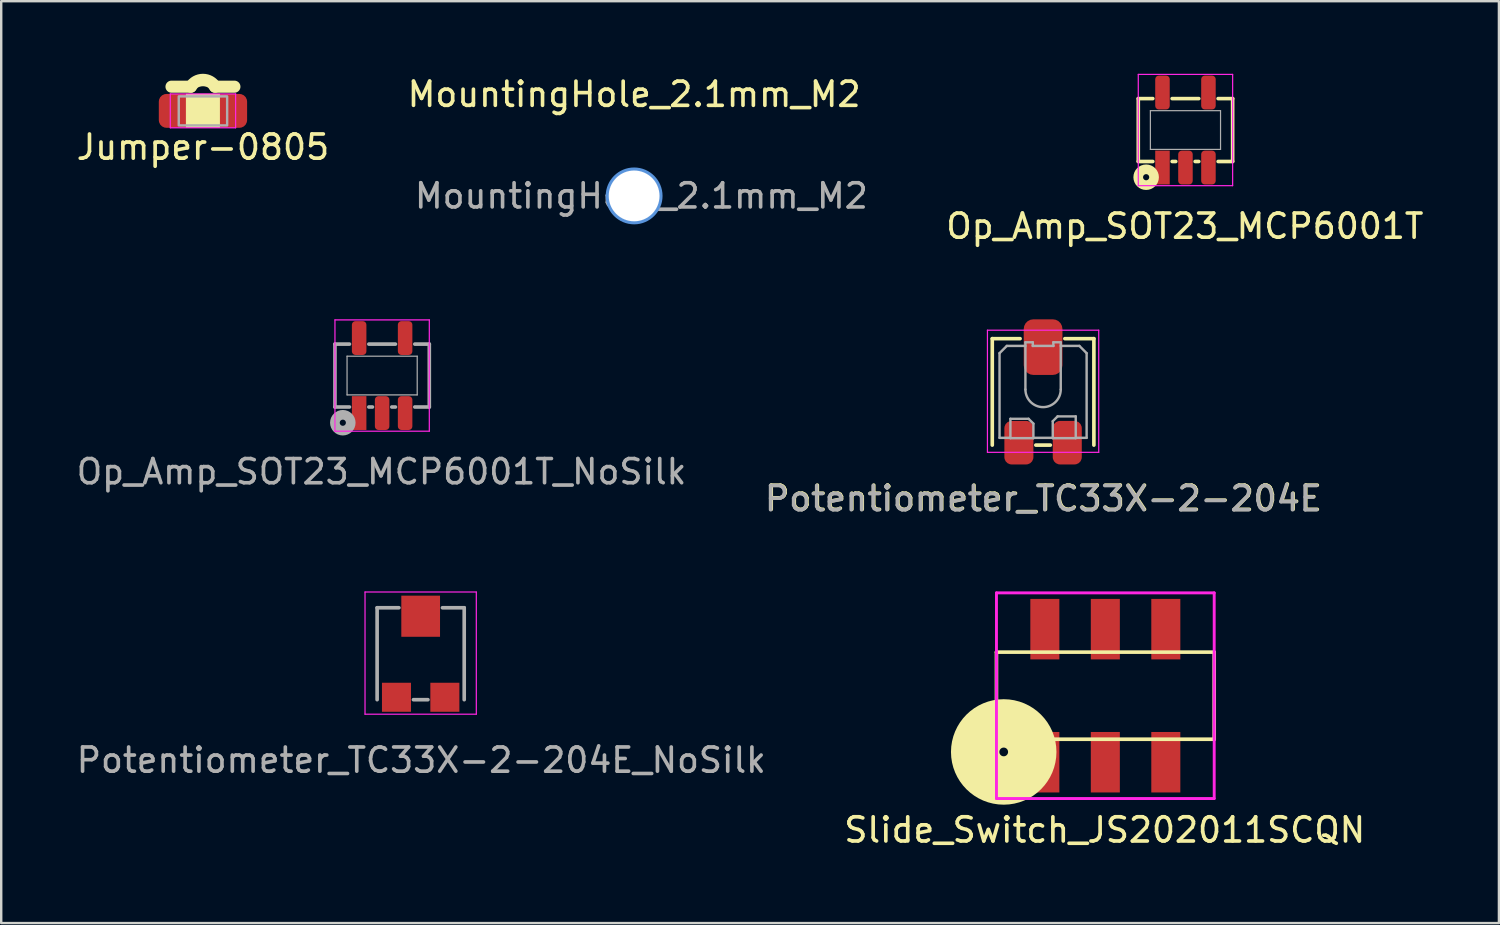
<source format=kicad_pcb>
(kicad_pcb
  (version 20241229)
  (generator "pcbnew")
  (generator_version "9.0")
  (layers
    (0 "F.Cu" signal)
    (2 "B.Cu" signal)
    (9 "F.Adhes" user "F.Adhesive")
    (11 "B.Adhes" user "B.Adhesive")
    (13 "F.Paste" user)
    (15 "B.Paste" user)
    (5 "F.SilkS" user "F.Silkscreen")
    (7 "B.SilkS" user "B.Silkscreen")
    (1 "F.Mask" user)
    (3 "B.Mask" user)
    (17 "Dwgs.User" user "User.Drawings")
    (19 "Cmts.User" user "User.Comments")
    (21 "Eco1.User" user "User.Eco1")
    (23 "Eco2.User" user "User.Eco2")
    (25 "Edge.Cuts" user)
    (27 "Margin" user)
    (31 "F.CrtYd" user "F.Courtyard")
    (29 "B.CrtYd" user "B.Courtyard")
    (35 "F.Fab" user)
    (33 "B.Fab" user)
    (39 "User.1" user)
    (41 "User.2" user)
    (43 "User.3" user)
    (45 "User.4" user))
  (footprint "MountingHole_2.1mm_M2"
    (layer "F.Cu")
    (at 23.161 5.048)
    (property "Reference" "MountingHole_2.1mm_M2" (at 0 -4.2 0) (layer "F.SilkS") (effects (font (size 1 1) (thickness 0.15))))
    (attr exclude_from_pos_files exclude_from_bom)
    (fp_circle (center 0 0) (end 1.1 0) (stroke (width 0.15) (type solid)) (fill no) (layer "Cmts.User"))
    (fp_circle (center 0 0) (end 1.1 0) (stroke (width 0.05) (type solid)) (fill no) (layer "F.CrtYd"))
    (fp_text user "${REFERENCE}" (at 0.3 0 0) (layer "F.Fab") (effects (font (size 1 1) (thickness 0.15))))
    (pad "" np_thru_hole circle (at 0 0) (size 2.1 2.1) (drill 2.1) (layers "*.Cu" "*.Mask")))
  (footprint "Op_Amp_SOT23_MCP6001T"
    (layer "F.Cu")
    (at 45.95 2.325)
    (property "Reference" "Op_Amp_SOT23_MCP6001T" (at -0.025 3.975 0) (layer "F.SilkS") (effects (font (size 1 1) (thickness 0.15))))
    (attr through_hole)
    (fp_line (start -1.95 -1.3) (end -1.35 -1.3) (stroke (width 0.15) (type solid)) (layer "F.SilkS"))
    (fp_line (start -1.95 1.3) (end -1.95 -1.3) (stroke (width 0.15) (type solid)) (layer "F.SilkS"))
    (fp_line (start -1.35 1.3) (end -1.95 1.3) (stroke (width 0.15) (type solid)) (layer "F.SilkS"))
    (fp_line (start -0.55 -1.3) (end 0.55 -1.3) (stroke (width 0.15) (type solid)) (layer "F.SilkS"))
    (fp_line (start -0.4 1.3) (end -0.55 1.3) (stroke (width 0.15) (type solid)) (layer "F.SilkS"))
    (fp_line (start 0.55 1.3) (end 0.4 1.3) (stroke (width 0.15) (type solid)) (layer "F.SilkS"))
    (fp_line (start 1.35 -1.3) (end 1.95 -1.3) (stroke (width 0.15) (type solid)) (layer "F.SilkS"))
    (fp_line (start 1.95 -1.3) (end 1.95 1.3) (stroke (width 0.15) (type solid)) (layer "F.SilkS"))
    (fp_line (start 1.95 1.3) (end 1.35 1.3) (stroke (width 0.15) (type solid)) (layer "F.SilkS"))
    (fp_circle (center -1.625 1.95) (end -1.498 1.95) (stroke (width 0.4) (type solid)) (fill no) (layer "F.SilkS"))
    (fp_line (start -1.95 -2.3) (end 1.95 -2.3) (stroke (width 0.05) (type solid)) (layer "F.CrtYd"))
    (fp_line (start -1.95 2.3) (end -1.95 -2.3) (stroke (width 0.05) (type solid)) (layer "F.CrtYd"))
    (fp_line (start 1.95 -2.3) (end 1.95 2.3) (stroke (width 0.05) (type solid)) (layer "F.CrtYd"))
    (fp_line (start 1.95 2.3) (end -1.95 2.3) (stroke (width 0.05) (type solid)) (layer "F.CrtYd"))
    (fp_line (start -1.45 0.8) (end -1.45 -0.8) (stroke (width 0.05) (type solid)) (layer "F.Fab"))
    (fp_line (start -1.45 0.8) (end 1.45 0.8) (stroke (width 0.05) (type solid)) (layer "F.Fab"))
    (fp_line (start 1.45 -0.8) (end -1.45 -0.8) (stroke (width 0.05) (type solid)) (layer "F.Fab"))
    (fp_line (start 1.45 0.8) (end 1.45 -0.8) (stroke (width 0.05) (type solid)) (layer "F.Fab"))
    (fp_text user "Vss" (at 0 0.525 90) (layer "Eco1.User") (effects (font (size 0.15 0.15) (thickness 0.037))))
    (fp_text user "Vout" (at -0.925 0.475 90) (layer "Eco1.User") (effects (font (size 0.15 0.15) (thickness 0.037))))
    (fp_text user "Vin-" (at 0.95 -0.475 90) (layer "Eco1.User") (effects (font (size 0.15 0.15) (thickness 0.037))))
    (fp_text user "Vin+" (at 0.95 0.45 90) (layer "Eco1.User") (effects (font (size 0.15 0.15) (thickness 0.037))))
    (fp_text user "Vdd" (at -0.925 -0.525 90) (layer "Eco1.User") (effects (font (size 0.15 0.15) (thickness 0.037))))
    (pad "1" smd rect (at -0.95 1.55) (size 0.6 1.4) (layers "F.Cu" "F.Mask" "F.Paste"))
    (pad "2" smd roundrect (at 0 1.55) (size 0.6 1.4) (layers "F.Cu" "F.Mask" "F.Paste") (roundrect_rratio 0.25))
    (pad "3" smd roundrect (at 0.95 1.55) (size 0.6 1.4) (layers "F.Cu" "F.Mask" "F.Paste") (roundrect_rratio 0.25))
    (pad "4" smd roundrect (at 0.95 -1.55) (size 0.6 1.4) (layers "F.Cu" "F.Mask" "F.Paste") (roundrect_rratio 0.25))
    (pad "5" smd roundrect (at -0.95 -1.55) (size 0.6 1.4) (layers "F.Cu" "F.Mask" "F.Paste") (roundrect_rratio 0.25)))
  (footprint "Op_Amp_SOT23_MCP6001T_NoSilk"
    (layer "F.Cu")
    (at 12.745 12.473)
    (property "Reference" "Op_Amp_SOT23_MCP6001T_NoSilk" (at -0.025 3.975 0) (layer "F.Fab") (effects (font (size 1 1) (thickness 0.15))))
    (attr smd)
    (fp_line (start -1.1 0) (end -1.1 0.8) (stroke (width 0.05) (type solid)) (layer "Eco1.User"))
    (fp_line (start -0.8 -0.6) (end -0.8 -0.8) (stroke (width 0.05) (type solid)) (layer "Eco1.User"))
    (fp_line (start -0.5 0) (end -1.1 0) (stroke (width 0.05) (type solid)) (layer "Eco1.User"))
    (fp_line (start -0.5 0) (end 0.4 -0.4) (stroke (width 0.05) (type solid)) (layer "Eco1.User"))
    (fp_line (start -0.2 0.3) (end -0.2 0.8) (stroke (width 0.05) (type solid)) (layer "Eco1.User"))
    (fp_line (start 0 -0.6) (end -0.8 -0.6) (stroke (width 0.05) (type solid)) (layer "Eco1.User"))
    (fp_line (start 0 -0.2) (end 0 -0.6) (stroke (width 0.05) (type solid)) (layer "Eco1.User"))
    (fp_line (start 0 0.2) (end 0 0.3) (stroke (width 0.05) (type solid)) (layer "Eco1.User"))
    (fp_line (start 0 0.3) (end -0.2 0.3) (stroke (width 0.05) (type solid)) (layer "Eco1.User"))
    (fp_line (start 0.2 -0.1) (end 0.3 -0.1) (stroke (width 0.05) (type solid)) (layer "Eco1.User"))
    (fp_line (start 0.25 0.1) (end 0.25 0.2) (stroke (width 0.05) (type solid)) (layer "Eco1.User"))
    (fp_line (start 0.3 0.15) (end 0.2 0.15) (stroke (width 0.05) (type solid)) (layer "Eco1.User"))
    (fp_line (start 0.4 -0.4) (end 0.4 0.4) (stroke (width 0.05) (type solid)) (layer "Eco1.User"))
    (fp_line (start 0.4 -0.1) (end 0.8 -0.1) (stroke (width 0.05) (type solid)) (layer "Eco1.User"))
    (fp_line (start 0.4 0.15) (end 0.8 0.15) (stroke (width 0.05) (type solid)) (layer "Eco1.User"))
    (fp_line (start 0.4 0.4) (end -0.5 0) (stroke (width 0.05) (type solid)) (layer "Eco1.User"))
    (fp_line (start 0.8 -0.1) (end 0.8 -0.8) (stroke (width 0.05) (type solid)) (layer "Eco1.User"))
    (fp_line (start 0.8 0.15) (end 0.8 0.8) (stroke (width 0.05) (type solid)) (layer "Eco1.User"))
    (fp_line (start -1.95 -2.3) (end 1.95 -2.3) (stroke (width 0.05) (type solid)) (layer "F.CrtYd"))
    (fp_line (start -1.95 2.3) (end -1.95 -2.3) (stroke (width 0.05) (type solid)) (layer "F.CrtYd"))
    (fp_line (start 1.95 -2.3) (end 1.95 2.3) (stroke (width 0.05) (type solid)) (layer "F.CrtYd"))
    (fp_line (start 1.95 2.3) (end -1.95 2.3) (stroke (width 0.05) (type solid)) (layer "F.CrtYd"))
    (fp_line (start -1.95 -1.3) (end -1.35 -1.3) (stroke (width 0.15) (type solid)) (layer "F.Fab"))
    (fp_line (start -1.95 1.3) (end -1.95 -1.3) (stroke (width 0.15) (type solid)) (layer "F.Fab"))
    (fp_line (start -1.45 0.8) (end -1.45 -0.8) (stroke (width 0.05) (type solid)) (layer "F.Fab"))
    (fp_line (start -1.45 0.8) (end 1.45 0.8) (stroke (width 0.05) (type solid)) (layer "F.Fab"))
    (fp_line (start -1.35 1.3) (end -1.95 1.3) (stroke (width 0.15) (type solid)) (layer "F.Fab"))
    (fp_line (start -0.55 -1.3) (end 0.55 -1.3) (stroke (width 0.15) (type solid)) (layer "F.Fab"))
    (fp_line (start -0.4 1.3) (end -0.55 1.3) (stroke (width 0.15) (type solid)) (layer "F.Fab"))
    (fp_line (start 0.55 1.3) (end 0.4 1.3) (stroke (width 0.15) (type solid)) (layer "F.Fab"))
    (fp_line (start 1.35 -1.3) (end 1.95 -1.3) (stroke (width 0.15) (type solid)) (layer "F.Fab"))
    (fp_line (start 1.45 -0.8) (end -1.45 -0.8) (stroke (width 0.05) (type solid)) (layer "F.Fab"))
    (fp_line (start 1.45 0.8) (end 1.45 -0.8) (stroke (width 0.05) (type solid)) (layer "F.Fab"))
    (fp_line (start 1.95 -1.3) (end 1.95 1.3) (stroke (width 0.15) (type solid)) (layer "F.Fab"))
    (fp_line (start 1.95 1.3) (end 1.35 1.3) (stroke (width 0.15) (type solid)) (layer "F.Fab"))
    (fp_circle (center -1.625 1.95) (end -1.498 1.95) (stroke (width 0.4) (type solid)) (fill no) (layer "F.Fab"))
    (fp_text user "Vin+" (at 0.95 0.45 90) (layer "Eco1.User") (effects (font (size 0.15 0.15) (thickness 0.037))))
    (fp_text user "Vdd" (at -0.925 -0.525 90) (layer "Eco1.User") (effects (font (size 0.15 0.15) (thickness 0.037))))
    (fp_text user "Vss" (at 0 0.525 90) (layer "Eco1.User") (effects (font (size 0.15 0.15) (thickness 0.037))))
    (fp_text user "Vout" (at -0.925 0.475 90) (layer "Eco1.User") (effects (font (size 0.15 0.15) (thickness 0.037))))
    (fp_text user "Vin-" (at 0.95 -0.475 90) (layer "Eco1.User") (effects (font (size 0.15 0.15) (thickness 0.037))))
    (pad "1" smd rect (at -0.95 1.55) (size 0.6 1.4) (layers "F.Cu" "F.Mask" "F.Paste"))
    (pad "2" smd roundrect (at 0 1.55) (size 0.6 1.4) (layers "F.Cu" "F.Mask" "F.Paste") (roundrect_rratio 0.25))
    (pad "3" smd roundrect (at 0.95 1.55) (size 0.6 1.4) (layers "F.Cu" "F.Mask" "F.Paste") (roundrect_rratio 0.25))
    (pad "4" smd roundrect (at 0.95 -1.55) (size 0.6 1.4) (layers "F.Cu" "F.Mask" "F.Paste") (roundrect_rratio 0.25))
    (pad "5" smd roundrect (at -0.95 -1.55) (size 0.6 1.4) (layers "F.Cu" "F.Mask" "F.Paste") (roundrect_rratio 0.25)))
  (footprint "Jumper-0805"
    (layer "F.Cu")
    (at 5.339 1.533)
    (property "Reference" "Jumper-0805" (at 0 1.5 0) (layer "F.SilkS") (effects (font (size 1 1) (thickness 0.15))))
    (attr smd)
    (fp_line (start -1.3 -1) (end -0.5 -1) (stroke (width 0.5) (type solid)) (layer "F.SilkS"))
    (fp_line (start 0.5 -1) (end 1.3 -1) (stroke (width 0.5) (type solid)) (layer "F.SilkS"))
    (fp_arc (start -0.500143 -0.999759) (mid -0.00014 -1.283094) (end 0.499999 -0.999999) (stroke (width 0.5) (type solid)) (layer "F.SilkS"))
    (fp_arc (start -0.5 -0.999999) (mid 0 -1.118033) (end 0.499999 -0.999999) (stroke (width 0.2) (type solid)) (layer "F.SilkS"))
    (fp_poly (pts (xy -0.7 -0.7) (xy 0.7 -0.7) (xy 0.7 0.7) (xy -0.7 0.7)) (stroke (width 0.01) (type solid)) (fill yes) (layer "F.SilkS"))
    (fp_line (start -1.35 -0.7) (end -1.35 0.7) (stroke (width 0.05) (type solid)) (layer "F.CrtYd"))
    (fp_line (start -1.35 -0.7) (end 1.35 -0.7) (stroke (width 0.05) (type solid)) (layer "F.CrtYd"))
    (fp_line (start 1.35 -0.7) (end 1.35 0.7) (stroke (width 0.05) (type solid)) (layer "F.CrtYd"))
    (fp_line (start 1.35 0.7) (end -1.35 0.7) (stroke (width 0.05) (type solid)) (layer "F.CrtYd"))
    (fp_poly (pts (xy -1 -0.6) (xy 1 -0.6) (xy 1 0.6) (xy -1 0.6)) (stroke (width 0.1) (type solid)) (fill no) (layer "F.Fab"))
    (pad "1" smd roundrect (at -1.075 0) (size 1.5 1.4) (layers "F.Cu" "F.Mask" "F.Paste") (roundrect_rratio 0.227))
    (pad "2" smd roundrect (at 1.075 0) (size 1.5 1.4) (layers "F.Cu" "F.Mask" "F.Paste") (roundrect_rratio 0.227)))
  (footprint "Slide_Switch_JS202011SCQN"
    (layer "F.Cu")
    (at 42.638 25.706)
    (property "Reference" "Slide_Switch_JS202011SCQN" (at -0.025 5.55 0) (layer "F.SilkS") (effects (font (size 1 1) (thickness 0.15))))
    (attr through_hole)
    (fp_line (start -4.5 -1.8) (end 4.5 -1.8) (stroke (width 0.15) (type solid)) (layer "F.SilkS"))
    (fp_line (start -4.5 1.8) (end -4.5 -1.8) (stroke (width 0.15) (type solid)) (layer "F.SilkS"))
    (fp_line (start 4.5 -1.8) (end 4.5 1.8) (stroke (width 0.15) (type solid)) (layer "F.SilkS"))
    (fp_line (start 4.5 1.8) (end -4.5 1.8) (stroke (width 0.15) (type solid)) (layer "F.SilkS"))
    (fp_circle (center -4.2 2.325) (end -4.02 2.325) (stroke (width 2) (type solid)) (fill no) (layer "F.SilkS"))
    (fp_line (start -4.5 -4.25) (end -4.5 4.25) (stroke (width 0.12) (type solid)) (layer "F.CrtYd"))
    (fp_line (start -4.5 4.25) (end 4.5 4.25) (stroke (width 0.12) (type solid)) (layer "F.CrtYd"))
    (fp_line (start 4.5 -4.25) (end -4.5 -4.25) (stroke (width 0.12) (type solid)) (layer "F.CrtYd"))
    (fp_line (start 4.5 4.25) (end 4.5 -4.25) (stroke (width 0.12) (type solid)) (layer "F.CrtYd"))
    (pad "1" smd rect (at -2.5 2.75) (size 1.2 2.5) (layers "F.Cu" "F.Mask" "F.Paste"))
    (pad "2" smd rect (at 0 2.75) (size 1.2 2.5) (layers "F.Cu" "F.Mask" "F.Paste"))
    (pad "3" smd rect (at 2.5 2.75) (size 1.2 2.5) (layers "F.Cu" "F.Mask" "F.Paste"))
    (pad "4" smd rect (at 2.5 -2.75) (size 1.2 2.5) (layers "F.Cu" "F.Mask" "F.Paste"))
    (pad "5" smd rect (at 0 -2.75) (size 1.2 2.5) (layers "F.Cu" "F.Mask" "F.Paste"))
    (pad "6" smd rect (at -2.5 -2.75) (size 1.2 2.5) (layers "F.Cu" "F.Mask" "F.Paste")))
  (footprint "Potentiometer_TC33X-2-204E"
    (layer "F.Cu")
    (at 40.065 13.148)
    (property "Reference" "Potentiometer_TC33X-2-204E" (at 0.025 4.4 0) (layer "F.SilkS") (effects (font (size 1 1) (thickness 0.15))))
    (attr smd)
    (fp_line (start -2.1 2.2) (end -2.1 -2.2) (stroke (width 0.15) (type solid)) (layer "F.SilkS"))
    (fp_line (start -0.95 -2.2) (end -2.1 -2.2) (stroke (width 0.15) (type solid)) (layer "F.SilkS"))
    (fp_line (start 0.3 2.2) (end -0.3 2.2) (stroke (width 0.15) (type solid)) (layer "F.SilkS"))
    (fp_line (start 2.1 -2.2) (end 0.9 -2.2) (stroke (width 0.15) (type solid)) (layer "F.SilkS"))
    (fp_line (start 2.1 2.2) (end 2.1 -2.2) (stroke (width 0.15) (type solid)) (layer "F.SilkS"))
    (fp_line (start -2.3 -2.55) (end -2.3 2.5) (stroke (width 0.05) (type solid)) (layer "F.CrtYd"))
    (fp_line (start -2.3 2.5) (end 2.3 2.5) (stroke (width 0.05) (type solid)) (layer "F.CrtYd"))
    (fp_line (start 2.3 -2.55) (end -2.3 -2.55) (stroke (width 0.05) (type solid)) (layer "F.CrtYd"))
    (fp_line (start 2.3 2.5) (end 2.3 -2.55) (stroke (width 0.05) (type solid)) (layer "F.CrtYd"))
    (fp_line (start -1.8 -1.6) (end -1.5 -1.9) (stroke (width 0.1) (type solid)) (layer "F.Fab"))
    (fp_line (start -1.8 1.9) (end -1.8 -1.6) (stroke (width 0.1) (type solid)) (layer "F.Fab"))
    (fp_line (start -1.8 1.9) (end -1.35 1.9) (stroke (width 0.1) (type solid)) (layer "F.Fab"))
    (fp_line (start -1.5 -1.9) (end -0.73 -1.9) (stroke (width 0.1) (type solid)) (layer "F.Fab"))
    (fp_line (start -1.35 1.113) (end -0.6 1.113) (stroke (width 0.1) (type solid)) (layer "F.Fab"))
    (fp_line (start -1.35 1.913) (end -1.35 1.113) (stroke (width 0.1) (type solid)) (layer "F.Fab"))
    (fp_line (start -0.73 -2.05) (end -0.425 -2.05) (stroke (width 0.1) (type solid)) (layer "F.Fab"))
    (fp_line (start -0.73 -0.1) (end -0.73 -2.05) (stroke (width 0.1) (type solid)) (layer "F.Fab"))
    (fp_line (start -0.6 1.113) (end -0.4 1.313) (stroke (width 0.1) (type solid)) (layer "F.Fab"))
    (fp_line (start -0.425 -1.9) (end -0.425 -2.05) (stroke (width 0.1) (type solid)) (layer "F.Fab"))
    (fp_line (start -0.425 -1.9) (end -0.42 -1.9) (stroke (width 0.1) (type solid)) (layer "F.Fab"))
    (fp_line (start -0.4 1.313) (end -0.4 1.913) (stroke (width 0.1) (type solid)) (layer "F.Fab"))
    (fp_line (start -0.4 1.913) (end -1.35 1.913) (stroke (width 0.1) (type solid)) (layer "F.Fab"))
    (fp_line (start 0.4 1.213) (end 0.6 1.013) (stroke (width 0.1) (type solid)) (layer "F.Fab"))
    (fp_line (start 0.4 1.9) (end -0.4 1.9) (stroke (width 0.1) (type solid)) (layer "F.Fab"))
    (fp_line (start 0.4 1.913) (end 0.4 1.213) (stroke (width 0.1) (type solid)) (layer "F.Fab"))
    (fp_line (start 0.42 -1.9) (end -0.42 -1.9) (stroke (width 0.1) (type solid)) (layer "F.Fab"))
    (fp_line (start 0.42 -1.9) (end 0.425 -1.9) (stroke (width 0.1) (type solid)) (layer "F.Fab"))
    (fp_line (start 0.425 -2.05) (end 0.425 -1.9) (stroke (width 0.1) (type solid)) (layer "F.Fab"))
    (fp_line (start 0.6 1.013) (end 1.35 1.013) (stroke (width 0.1) (type solid)) (layer "F.Fab"))
    (fp_line (start 0.73 -2.05) (end 0.425 -2.05) (stroke (width 0.1) (type solid)) (layer "F.Fab"))
    (fp_line (start 0.73 -0.1) (end 0.73 -2.05) (stroke (width 0.1) (type solid)) (layer "F.Fab"))
    (fp_line (start 1.35 1.013) (end 1.35 1.913) (stroke (width 0.1) (type solid)) (layer "F.Fab"))
    (fp_line (start 1.35 1.913) (end 0.4 1.913) (stroke (width 0.1) (type solid)) (layer "F.Fab"))
    (fp_line (start 1.5 -1.9) (end 0.73 -1.9) (stroke (width 0.1) (type solid)) (layer "F.Fab"))
    (fp_line (start 1.5 -1.9) (end 1.8 -1.6) (stroke (width 0.1) (type solid)) (layer "F.Fab"))
    (fp_line (start 1.8 -1.6) (end 1.8 1.9) (stroke (width 0.1) (type solid)) (layer "F.Fab"))
    (fp_line (start 1.8 1.9) (end 1.35 1.9) (stroke (width 0.1) (type solid)) (layer "F.Fab"))
    (fp_arc (start 0.73 -0.1) (mid 0 0.63) (end -0.73 -0.1) (stroke (width 0.1) (type solid)) (layer "F.Fab"))
    (fp_text user "Wiper" (at 0 -0.375 0) (layer "Eco1.User") (effects (font (size 0.25 0.25) (thickness 0.062))))
    (fp_text user "CCW" (at 0.925 0.825 0) (layer "Eco1.User") (effects (font (size 0.25 0.25) (thickness 0.062))))
    (fp_text user "CW" (at -0.95 0.825 0) (layer "Eco1.User") (effects (font (size 0.25 0.25) (thickness 0.062))))
    (fp_text user "${REFERENCE}" (at 0 5 0) (unlocked yes) (layer "F.Fab") (effects (font (size 1 1) (thickness 0.15)) (justify bottom)))
    (pad "1" smd roundrect (at -1 2.1) (size 1.2 1.8) (layers "F.Cu" "F.Mask" "F.Paste") (roundrect_rratio 0.25))
    (pad "2" smd roundrect (at 0 -1.85) (size 1.6 2.3) (layers "F.Cu" "F.Mask" "F.Paste") (roundrect_rratio 0.25))
    (pad "3" smd roundrect (at 1 2.1) (size 1.2 1.8) (layers "F.Cu" "F.Mask" "F.Paste") (roundrect_rratio 0.25)))
  (footprint "Potentiometer_TC33X-2-204E_NoSilk"
    (layer "F.Cu")
    (at 14.338 23.971)
    (property "Reference" "Potentiometer_TC33X-2-204E_NoSilk" (at 0.025 4.4 0) (layer "F.Fab") (effects (font (size 1 1) (thickness 0.15))))
    (attr smd)
    (fp_line (start -2.3 -2.55) (end -2.3 2.5) (stroke (width 0.05) (type solid)) (layer "F.CrtYd"))
    (fp_line (start -2.3 2.5) (end 2.3 2.5) (stroke (width 0.05) (type solid)) (layer "F.CrtYd"))
    (fp_line (start 2.3 -2.55) (end -2.3 -2.55) (stroke (width 0.05) (type solid)) (layer "F.CrtYd"))
    (fp_line (start 2.3 2.5) (end 2.3 -2.55) (stroke (width 0.05) (type solid)) (layer "F.CrtYd"))
    (fp_line (start -1.8 1.9) (end -1.8 -1.9) (stroke (width 0.15) (type solid)) (layer "F.Fab"))
    (fp_line (start -0.9 -1.9) (end -1.8 -1.9) (stroke (width 0.15) (type solid)) (layer "F.Fab"))
    (fp_line (start 0.3 1.9) (end -0.3 1.9) (stroke (width 0.15) (type solid)) (layer "F.Fab"))
    (fp_line (start 1.8 -1.9) (end 0.9 -1.9) (stroke (width 0.15) (type solid)) (layer "F.Fab"))
    (fp_line (start 1.8 1.9) (end 1.8 -1.9) (stroke (width 0.15) (type solid)) (layer "F.Fab"))
    (fp_text user "Wiper" (at 0 -0.375 0) (layer "Eco1.User") (effects (font (size 0.25 0.25) (thickness 0.062))))
    (fp_text user "CCW" (at 0.925 0.825 0) (layer "Eco1.User") (effects (font (size 0.25 0.25) (thickness 0.062))))
    (fp_text user "CW" (at -0.95 0.825 0) (layer "Eco1.User") (effects (font (size 0.25 0.25) (thickness 0.062))))
    (pad "1" smd rect (at -1 1.8) (size 1.2 1.2) (layers "F.Cu" "F.Mask" "F.Paste"))
    (pad "2" smd rect (at 0 -1.55) (size 1.6 1.7) (layers "F.Cu" "F.Mask" "F.Paste"))
    (pad "3" smd rect (at 1 1.8) (size 1.2 1.2) (layers "F.Cu" "F.Mask" "F.Paste")))
  (gr_rect
    (start -3 -3)
    (end 58.907 35.105)
    (stroke (width 0.1) (type default))
    (fill no)
    (layer "Edge.Cuts")))
</source>
